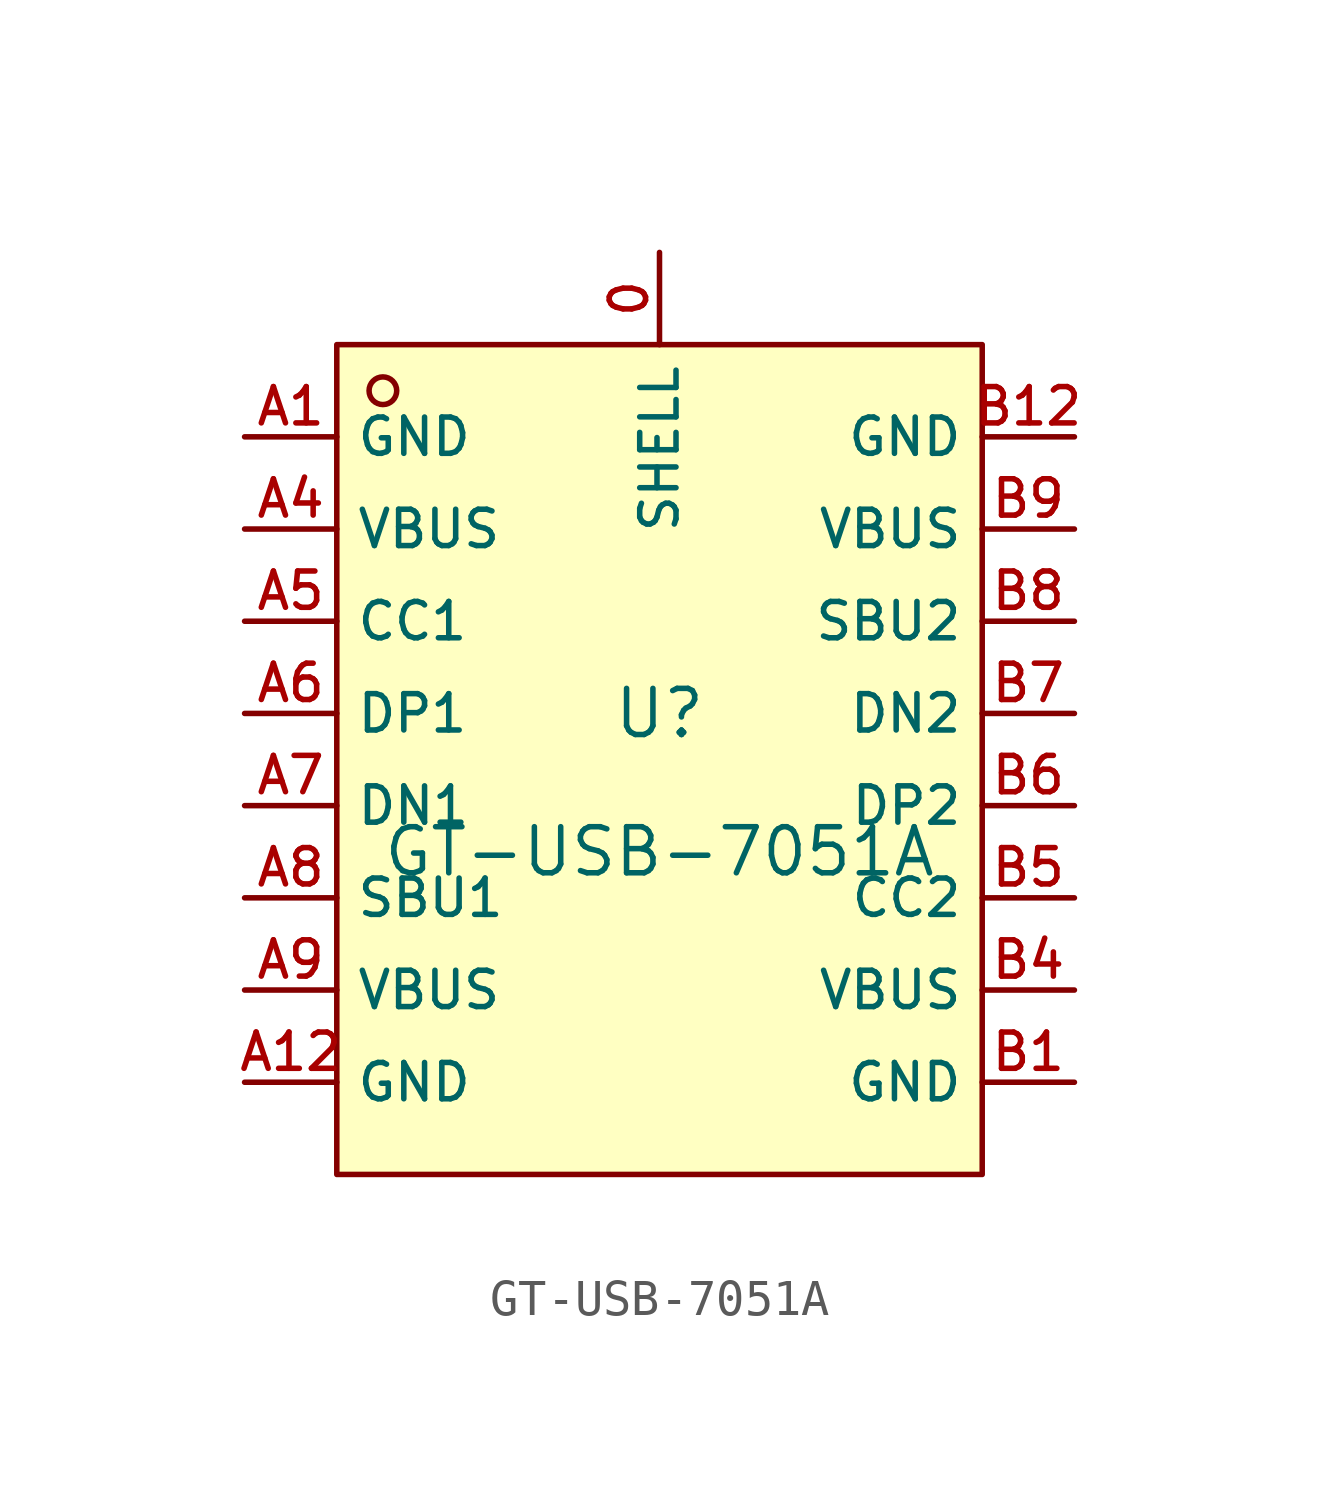
<source format=kicad_sym>
(kicad_symbol_lib
  (version 20220914)
  (generator kicad_symbol_editor)
  (symbol "GT-USB-7051A"
    (property "Reference" "U"
      (at 0 1.27 0)
      (effects (font (size 1.27 1.27))))
    (property "Value" "GT-USB-7051A"
      (at 0 -2.54 0)
      (effects (font (size 1.27 1.27))))
    (symbol "GT-USB-7051A_0_1"
      (rectangle (start -8.89 11.43) (end 8.89 -11.43) (stroke (width 0) (type default)) (fill (type background)))
      (circle (center -7.62 10.16) (radius 0.381) (stroke (width 0) (type default)) (fill (type background)))
      (pin unspecified line (at 0 13.97 270) (length 2.54) (name "SHELL" (effects (font (size 1 1)))) (number "0" (effects (font (size 1 1)))))
      (pin unspecified line (at -11.43 8.89 0) (length 2.54) (name "GND" (effects (font (size 1 1)))) (number "A1" (effects (font (size 1 1)))))
      (pin unspecified line (at -11.43 -8.89 0) (length 2.54) (name "GND" (effects (font (size 1 1)))) (number "A12" (effects (font (size 1 1)))))
      (pin unspecified line (at -11.43 6.35 0) (length 2.54) (name "VBUS" (effects (font (size 1 1)))) (number "A4" (effects (font (size 1 1)))))
      (pin unspecified line (at -11.43 3.81 0) (length 2.54) (name "CC1" (effects (font (size 1 1)))) (number "A5" (effects (font (size 1 1)))))
      (pin unspecified line (at -11.43 1.27 0) (length 2.54) (name "DP1" (effects (font (size 1 1)))) (number "A6" (effects (font (size 1 1)))))
      (pin unspecified line (at -11.43 -1.27 0) (length 2.54) (name "DN1" (effects (font (size 1 1)))) (number "A7" (effects (font (size 1 1)))))
      (pin unspecified line (at -11.43 -3.81 0) (length 2.54) (name "SBU1" (effects (font (size 1 1)))) (number "A8" (effects (font (size 1 1)))))
      (pin unspecified line (at -11.43 -6.35 0) (length 2.54) (name "VBUS" (effects (font (size 1 1)))) (number "A9" (effects (font (size 1 1)))))
      (pin unspecified line (at 11.43 -8.89 180) (length 2.54) (name "GND" (effects (font (size 1 1)))) (number "B1" (effects (font (size 1 1)))))
      (pin unspecified line (at 11.43 8.89 180) (length 2.54) (name "GND" (effects (font (size 1 1)))) (number "B12" (effects (font (size 1 1)))))
      (pin unspecified line (at 11.43 -6.35 180) (length 2.54) (name "VBUS" (effects (font (size 1 1)))) (number "B4" (effects (font (size 1 1)))))
      (pin unspecified line (at 11.43 -3.81 180) (length 2.54) (name "CC2" (effects (font (size 1 1)))) (number "B5" (effects (font (size 1 1)))))
      (pin unspecified line (at 11.43 -1.27 180) (length 2.54) (name "DP2" (effects (font (size 1 1)))) (number "B6" (effects (font (size 1 1)))))
      (pin unspecified line (at 11.43 1.27 180) (length 2.54) (name "DN2" (effects (font (size 1 1)))) (number "B7" (effects (font (size 1 1)))))
      (pin unspecified line (at 11.43 3.81 180) (length 2.54) (name "SBU2" (effects (font (size 1 1)))) (number "B8" (effects (font (size 1 1)))))
      (pin unspecified line (at 11.43 6.35 180) (length 2.54) (name "VBUS" (effects (font (size 1 1)))) (number "B9" (effects (font (size 1 1))))))))
</source>
